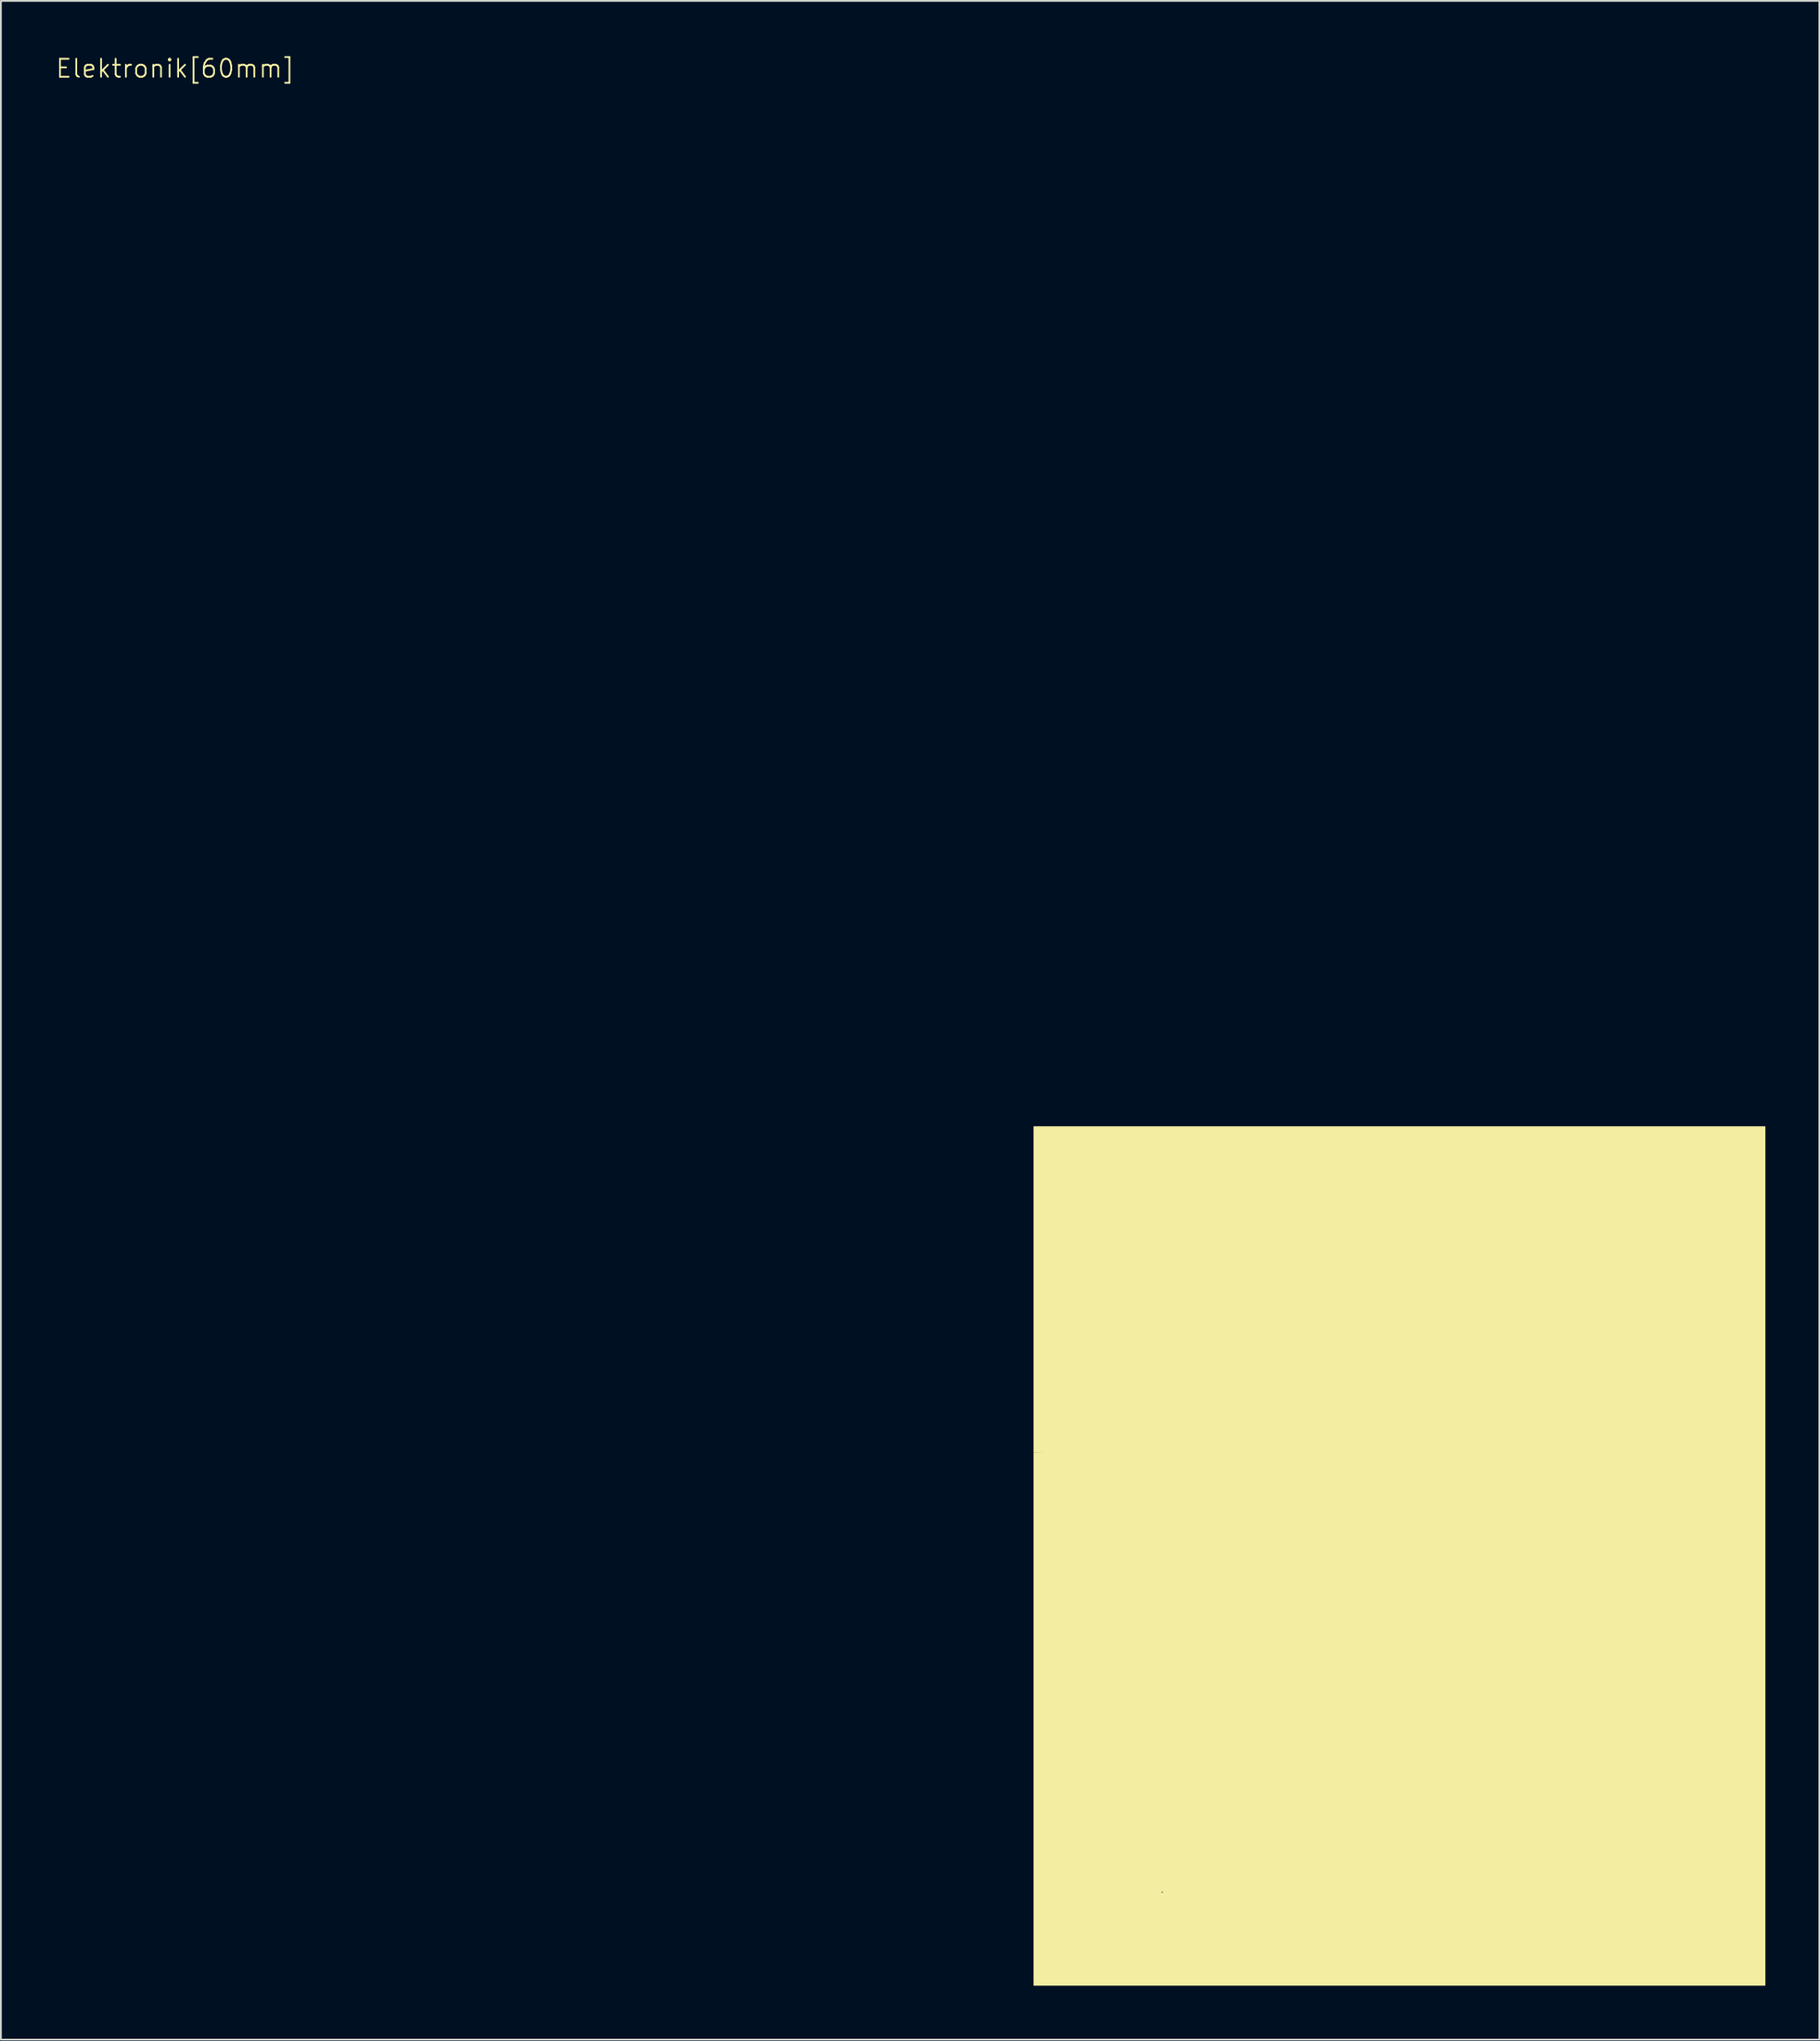
<source format=kicad_pcb>
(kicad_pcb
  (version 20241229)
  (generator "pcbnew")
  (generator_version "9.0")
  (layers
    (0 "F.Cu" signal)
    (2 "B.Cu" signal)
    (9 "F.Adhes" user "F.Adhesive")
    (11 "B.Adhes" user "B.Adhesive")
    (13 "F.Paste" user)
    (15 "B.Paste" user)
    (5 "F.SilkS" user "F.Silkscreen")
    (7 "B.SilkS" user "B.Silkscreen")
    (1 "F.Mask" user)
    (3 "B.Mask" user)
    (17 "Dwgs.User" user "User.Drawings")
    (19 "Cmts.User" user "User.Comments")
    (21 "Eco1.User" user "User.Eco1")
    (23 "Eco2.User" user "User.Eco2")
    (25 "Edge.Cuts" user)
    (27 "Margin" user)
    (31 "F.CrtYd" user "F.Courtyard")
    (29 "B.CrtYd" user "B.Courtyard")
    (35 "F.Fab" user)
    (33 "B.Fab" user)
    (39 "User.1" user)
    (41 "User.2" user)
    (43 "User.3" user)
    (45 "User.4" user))
  (footprint "Elektronik[60mm]"
    (layer "F.Cu")
    (at 77.305 84.073)
    (property "Reference" "Elektronik[60mm]" (at -70.612 -83.312 0) (unlocked yes) (layer "F.SilkS") (effects (font (size 1 1) (thickness 0.1))))
    (attr smd)
    (fp_poly (pts (xy -6.559 -22.034) (xy -6.366 -21.654) (xy -6.587 -21.654) (xy -6.772 -21.612) (xy -6.953 -21.471) (xy -7.039 -21.373) (xy -7.245 -21.15) (xy -7.547 -20.87) (xy -7.955 -20.521) (xy -8.215 -20.309) (xy -8.329 -20.305) (xy -8.459 -20.41) (xy -8.619 -20.579) (xy -8.46 -20.723) (xy -8.339 -20.868) (xy -8.192 -21.092) (xy -8.088 -21.279) (xy -7.971 -21.493) (xy -7.903 -21.58) (xy -7.874 -21.552) (xy -7.871 -21.511) (xy -7.861 -21.388) (xy -7.813 -21.385) (xy -7.713 -21.471) (xy -7.611 -21.575) (xy -7.621 -21.628) (xy -7.686 -21.656) (xy -7.743 -21.697) (xy -7.679 -21.753) (xy -7.561 -21.806) (xy -7.347 -21.924) (xy -7.11 -22.094) (xy -7.029 -22.163) (xy -6.751 -22.413)) (stroke (width 0) (type solid)) (fill yes) (layer "F.SilkS"))
    (fp_poly (pts (xy -8.922 -17.83) (xy -8.828 -17.659) (xy -8.776 -17.554) (xy -8.668 -17.334) (xy -8.629 -17.216) (xy -8.662 -17.168) (xy -8.765 -17.158) (xy -8.791 -17.158) (xy -8.959 -17.105) (xy -9.134 -16.977) (xy -9.147 -16.963) (xy -9.326 -16.809) (xy -9.565 -16.649) (xy -9.665 -16.592) (xy -10.003 -16.416) (xy -9.684 -16.412) (xy -9.459 -16.393) (xy -9.379 -16.347) (xy -9.443 -16.281) (xy -9.65 -16.2) (xy -9.722 -16.179) (xy -10.079 -16.019) (xy -10.454 -15.726) (xy -10.471 -15.709) (xy -10.678 -15.522) (xy -10.801 -15.435) (xy -10.858 -15.437) (xy -10.868 -15.48) (xy -10.895 -15.52) (xy -10.97 -15.423) (xy -11.026 -15.322) (xy -11.345 -14.856) (xy -11.765 -14.481) (xy -11.988 -14.345) (xy -12.325 -14.168) (xy -12.026 -14.161) (xy -11.726 -14.154) (xy -12.176 -13.926) (xy -12.418 -13.794) (xy -12.611 -13.672) (xy -12.707 -13.594) (xy -12.783 -13.539) (xy -12.877 -13.589) (xy -12.951 -13.662) (xy -13.088 -13.908) (xy -13.119 -14.205) (xy -13.044 -14.501) (xy -12.911 -14.7) (xy -12.735 -14.839) (xy -12.56 -14.908) (xy -12.534 -14.91) (xy -12.369 -14.944) (xy -12.137 -15.029) (xy -11.986 -15.099) (xy -11.774 -15.212) (xy -11.663 -15.308) (xy -11.62 -15.433) (xy -11.614 -15.638) (xy -11.614 -15.648) (xy -11.595 -15.901) (xy -11.524 -16.073) (xy -11.419 -16.19) (xy -11.265 -16.369) (xy -11.104 -16.608) (xy -11.048 -16.709) (xy -10.871 -17.046) (xy -10.864 -16.746) (xy -10.857 -16.446) (xy -10.672 -16.802) (xy -10.519 -17.045) (xy -10.382 -17.151) (xy -10.336 -17.158) (xy -10.155 -17.198) (xy -9.902 -17.303) (xy -9.622 -17.449) (xy -9.365 -17.61) (xy -9.198 -17.741) (xy -9.072 -17.856) (xy -8.992 -17.891)) (stroke (width 0) (type solid)) (fill yes) (layer "F.SilkS"))
    (fp_poly (pts (xy 17.853 23.297) (xy -22.86 23.297) (xy -22.86 18.034) (xy -15.735 18.095) (xy -15.697 18.132) (xy -15.66 18.095) (xy -15.697 18.057) (xy -15.735 18.095) (xy -22.86 18.095) (xy -22.86 0) (xy -22.86 -6.35) (xy -22.103 -6.343) (xy -22.103 -4.046) (xy -22.103 -1.749) (xy -21.918 -1.576) (xy -21.784 -1.399) (xy -21.656 -1.153) (xy -21.613 -1.038) (xy -21.532 -0.832) (xy -21.457 -0.7) (xy -21.423 -0.674) (xy -21.394 -0.605) (xy -21.371 -0.417) (xy -21.357 -0.143) (xy -21.354 0.075) (xy -21.348 0.389) (xy -21.33 0.639) (xy -21.305 0.792) (xy -21.285 0.824) (xy -21.235 0.891) (xy -21.152 1.07) (xy -21.051 1.333) (xy -20.974 1.555) (xy -20.868 1.862) (xy -20.771 2.11) (xy -20.699 2.269) (xy -20.668 2.31) (xy -20.638 2.392) (xy -20.616 2.585) (xy -20.605 2.851) (xy -20.605 2.915) (xy -20.6 3.218) (xy -20.578 3.413) (xy -20.529 3.542) (xy -20.443 3.647) (xy -20.42 3.669) (xy -20.285 3.846) (xy -20.158 4.092) (xy -20.114 4.207) (xy -20.033 4.413) (xy -19.958 4.545) (xy -19.924 4.571) (xy -19.895 4.64) (xy -19.872 4.828) (xy -19.858 5.101) (xy -19.855 5.314) (xy -19.849 5.63) (xy -19.833 5.885) (xy -19.81 6.044) (xy -19.792 6.082) (xy -19.743 6.159) (xy -19.662 6.348) (xy -19.561 6.617) (xy -19.486 6.837) (xy -19.379 7.141) (xy -19.282 7.383) (xy -19.207 7.533) (xy -19.175 7.568) (xy -19.136 7.635) (xy -19.111 7.807) (xy -19.106 7.943) (xy -19.1 8.066) (xy -19.075 8.202) (xy -19.026 8.366) (xy -18.945 8.577) (xy -18.823 8.851) (xy -18.656 9.206) (xy -18.434 9.659) (xy -18.151 10.228) (xy -18.14 10.249) (xy -17.886 10.761) (xy -17.65 11.245) (xy -17.442 11.679) (xy -17.272 12.044) (xy -17.149 12.319) (xy -17.083 12.484) (xy -17.079 12.496) (xy -17.009 12.688) (xy -16.943 12.8) (xy -16.921 12.812) (xy -16.881 12.879) (xy -16.859 13.043) (xy -16.858 13.093) (xy -16.826 13.312) (xy -16.741 13.594) (xy -16.645 13.824) (xy -16.431 14.317) (xy -16.284 14.738) (xy -16.214 15.059) (xy -16.175 15.211) (xy -16.095 15.436) (xy -15.995 15.68) (xy -15.896 15.893) (xy -15.819 16.024) (xy -15.81 16.034) (xy -15.695 16.183) (xy -15.546 16.422) (xy -15.39 16.707) (xy -15.289 16.915) (xy -15.183 17.127) (xy -15.095 17.27) (xy -15.052 17.308) (xy -14.987 17.37) (xy -14.947 17.46) (xy -14.845 17.653) (xy -14.686 17.834) (xy -14.517 17.956) (xy -14.423 17.982) (xy -14.289 18.034) (xy -14.121 18.161) (xy -14.076 18.206) (xy -13.861 18.43) (xy -13.861 14.537) (xy -13.861 13.674) (xy -13.861 12.947) (xy -13.859 12.345) (xy -13.855 11.853) (xy -13.85 11.458) (xy -13.842 11.149) (xy -13.831 10.91) (xy -13.816 10.73) (xy -13.797 10.596) (xy -13.774 10.494) (xy -13.745 10.41) (xy -13.711 10.334) (xy -13.697 10.304) (xy -13.594 10.11) (xy -13.514 9.988) (xy -13.487 9.965) (xy -13.411 10.031) (xy -13.32 10.201) (xy -13.23 10.433) (xy -13.157 10.682) (xy -13.116 10.908) (xy -13.112 10.979) (xy -13.1 11.179) (xy -13.069 11.299) (xy -13.051 11.314) (xy -12.998 11.379) (xy -12.922 11.55) (xy -12.855 11.745) (xy -12.744 12.059) (xy -12.611 12.38) (xy -12.541 12.529) (xy -12.47 12.681) (xy -12.421 12.829) (xy -12.39 13.005) (xy -12.372 13.239) (xy -12.364 13.563) (xy -12.363 13.971) (xy -12.358 14.377) (xy -12.345 14.707) (xy -12.326 14.94) (xy -12.301 15.053) (xy -12.293 15.06) (xy -12.242 15.127) (xy -12.16 15.307) (xy -12.059 15.571) (xy -11.977 15.809) (xy -11.853 16.168) (xy -11.755 16.4) (xy -11.673 16.524) (xy -11.603 16.559) (xy -11.528 16.597) (xy -11.446 16.726) (xy -11.347 16.964) (xy -11.228 17.308) (xy -11.099 17.676) (xy -10.997 17.913) (xy -10.913 18.034) (xy -10.86 18.057) (xy -10.752 18.13) (xy -10.654 18.34) (xy -10.643 18.376) (xy -10.554 18.622) (xy -10.427 18.921) (xy -10.331 19.123) (xy -10.217 19.377) (xy -10.138 19.602) (xy -10.115 19.727) (xy -10.058 19.9) (xy -9.917 20.086) (xy -9.74 20.238) (xy -9.574 20.305) (xy -9.565 20.305) (xy -9.427 20.337) (xy -9.216 20.42) (xy -9.082 20.483) (xy -8.799 20.611) (xy -8.468 20.739) (xy -8.298 20.797) (xy -8.031 20.897) (xy -7.894 20.991) (xy -7.867 21.062) (xy -7.807 21.167) (xy -7.619 21.269) (xy -7.474 21.321) (xy -7.164 21.435) (xy -6.842 21.572) (xy -6.727 21.627) (xy -6.374 21.804) (xy -2.997 21.804) (xy 0.379 21.804) (xy 0.808 22.02) (xy 1.059 22.16) (xy 1.272 22.303) (xy 1.379 22.395) (xy 1.516 22.493) (xy 1.678 22.547) (xy 1.815 22.548) (xy 1.873 22.485) (xy 1.873 22.484) (xy 1.937 22.419) (xy 2.097 22.344) (xy 2.154 22.324) (xy 2.386 22.244) (xy 2.493 22.181) (xy 2.493 22.107) (xy 2.404 21.998) (xy 2.39 21.983) (xy 2.222 21.804) (xy 2.425 21.804) (xy 2.654 21.849) (xy 2.941 21.967) (xy 3.231 22.131) (xy 3.469 22.312) (xy 3.516 22.358) (xy 3.698 22.553) (xy 5.033 22.553) (xy 5.482 22.549) (xy 5.861 22.539) (xy 6.149 22.523) (xy 6.324 22.502) (xy 6.369 22.484) (xy 6.433 22.422) (xy 6.598 22.341) (xy 6.725 22.293) (xy 7.022 22.177) (xy 7.333 22.034) (xy 7.418 21.991) (xy 7.755 21.81) (xy 7.436 21.807) (xy 7.211 21.788) (xy 7.131 21.742) (xy 7.195 21.676) (xy 7.402 21.596) (xy 7.474 21.575) (xy 7.753 21.448) (xy 8.076 21.221) (xy 8.412 20.924) (xy 8.729 20.588) (xy 8.997 20.241) (xy 9.15 19.987) (xy 9.271 19.765) (xy 9.373 19.61) (xy 9.43 19.556) (xy 9.487 19.491) (xy 9.558 19.327) (xy 9.587 19.237) (xy 9.676 18.991) (xy 9.803 18.692) (xy 9.899 18.49) (xy 10.013 18.238) (xy 10.091 18.017) (xy 10.115 17.895) (xy 10.165 17.733) (xy 10.288 17.549) (xy 10.316 17.518) (xy 10.489 17.376) (xy 10.686 17.316) (xy 10.855 17.308) (xy 11.2 17.25) (xy 11.445 17.082) (xy 11.584 16.81) (xy 11.614 16.559) (xy 11.673 16.218) (xy 11.844 15.975) (xy 12.118 15.838) (xy 12.363 15.809) (xy 12.627 15.78) (xy 12.827 15.674) (xy 12.902 15.608) (xy 12.99 15.519) (xy 13.049 15.431) (xy 13.085 15.314) (xy 13.104 15.138) (xy 13.111 14.873) (xy 13.112 14.488) (xy 13.112 14.484) (xy 13.117 14.127) (xy 13.132 13.836) (xy 13.153 13.639) (xy 13.18 13.562) (xy 13.181 13.562) (xy 13.246 13.497) (xy 13.321 13.338) (xy 13.341 13.281) (xy 13.421 13.049) (xy 13.484 12.942) (xy 13.558 12.942) (xy 13.667 13.031) (xy 13.682 13.045) (xy 13.861 13.213) (xy 13.861 12.089) (xy 13.86 11.656) (xy 13.855 11.347) (xy 13.842 11.136) (xy 13.817 10.997) (xy 13.777 10.904) (xy 13.718 10.831) (xy 13.676 10.792) (xy 13.491 10.618) (xy 13.414 10.821) (xy 13.358 10.99) (xy 13.337 11.089) (xy 13.289 11.19) (xy 13.233 11.258) (xy 13.14 11.382) (xy 13.018 11.586) (xy 12.94 11.731) (xy 12.69 12.13) (xy 12.408 12.395) (xy 12.194 12.506) (xy 12.046 12.594) (xy 11.988 12.688) (xy 11.964 12.725) (xy 11.879 12.753) (xy 11.715 12.774) (xy 11.457 12.789) (xy 11.085 12.799) (xy 10.584 12.805) (xy 10.513 12.806) (xy 9.038 12.819) (xy 8.434 12.223) (xy 8.177 11.977) (xy 7.948 11.781) (xy 7.712 11.61) (xy 7.432 11.441) (xy 7.075 11.249) (xy 6.781 11.1) (xy 6.435 10.922) (xy 6.153 10.769) (xy 5.956 10.652) (xy 5.861 10.583) (xy 5.864 10.569) (xy 5.933 10.553) (xy 5.942 10.491) (xy 5.887 10.352) (xy 5.808 10.192) (xy 5.739 10.05) (xy 5.69 9.916) (xy 5.656 9.763) (xy 5.635 9.565) (xy 5.624 9.294) (xy 5.62 8.922) (xy 5.619 8.521) (xy 5.619 8.144) (xy 12.363 8.144) (xy 12.377 8.247) (xy 12.446 8.298) (xy 12.607 8.315) (xy 12.737 8.317) (xy 13.112 8.317) (xy 13.112 7.98) (xy 13.105 7.778) (xy 13.087 7.658) (xy 13.077 7.642) (xy 12.995 7.672) (xy 12.824 7.749) (xy 12.702 7.807) (xy 12.482 7.934) (xy 12.38 8.054) (xy 12.363 8.144) (xy 5.619 8.144) (xy 5.619 7.221) (xy 5.409 7.02) (xy 5.324 6.942) (xy 5.238 6.887) (xy 5.127 6.851) (xy 4.962 6.831) (xy 4.716 6.821) (xy 4.364 6.818) (xy 4.099 6.818) (xy 3 6.818) (xy 2.811 7.19) (xy 2.731 7.361) (xy 2.677 7.523) (xy 2.645 7.711) (xy 2.628 7.962) (xy 2.623 8.312) (xy 2.622 8.5) (xy 2.622 9.438) (xy 2.25 9.627) (xy 2.096 9.7) (xy 1.95 9.752) (xy 1.783 9.785) (xy 1.564 9.804) (xy 1.262 9.813) (xy 0.845 9.815) (xy 0.758 9.815) (xy 0.365 9.811) (xy 0.029 9.8) (xy -0.224 9.783) (xy -0.366 9.763) (xy -0.387 9.752) (xy -0.465 9.703) (xy -0.654 9.622) (xy -0.923 9.521) (xy -1.143 9.446) (xy -1.446 9.339) (xy -1.688 9.242) (xy -1.839 9.167) (xy -1.873 9.135) (xy -1.806 9.092) (xy -1.638 9.066) (xy -1.555 9.063) (xy -1.236 9.059) (xy -1.573 8.879) (xy -1.863 8.739) (xy -2.178 8.608) (xy -2.267 8.577) (xy -2.47 8.494) (xy -2.599 8.418) (xy -2.622 8.386) (xy -2.69 8.346) (xy -2.862 8.321) (xy -2.997 8.317) (xy -3.247 8.334) (xy -3.355 8.381) (xy -3.318 8.449) (xy -3.135 8.53) (xy -3.072 8.55) (xy -2.887 8.617) (xy -2.781 8.676) (xy -2.772 8.691) (xy -2.837 8.742) (xy -2.999 8.809) (xy -3.072 8.832) (xy -3.258 8.904) (xy -3.363 8.974) (xy -3.372 8.994) (xy -3.437 9.058) (xy -3.607 9.078) (xy -3.848 9.059) (xy -4.123 9.004) (xy -4.396 8.919) (xy -4.554 8.85) (xy -4.843 8.715) (xy -5.135 8.596) (xy -5.301 8.538) (xy -5.493 8.468) (xy -5.606 8.402) (xy -5.619 8.38) (xy -5.691 8.364) (xy -5.895 8.35) (xy -6.211 8.337) (xy -6.623 8.327) (xy -7.111 8.321) (xy -7.657 8.317) (xy -7.867 8.317) (xy -8.43 8.315) (xy -8.942 8.309) (xy -9.383 8.301) (xy -9.737 8.289) (xy -9.983 8.276) (xy -10.105 8.261) (xy -10.115 8.256) (xy -10.181 8.203) (xy -10.351 8.127) (xy -10.546 8.059) (xy -10.86 7.948) (xy -11.182 7.816) (xy -11.33 7.746) (xy -11.565 7.643) (xy -11.771 7.578) (xy -11.85 7.568) (xy -12.062 7.501) (xy -12.245 7.336) (xy -12.352 7.119) (xy -12.363 7.03) (xy -12.342 6.878) (xy -12.294 6.818) (xy -12.234 6.753) (xy -12.153 6.587) (xy -12.101 6.444) (xy -12.014 6.218) (xy -11.93 6.105) (xy -11.821 6.07) (xy -11.795 6.069) (xy -11.683 6.054) (xy -11.63 5.983) (xy -11.614 5.816) (xy -11.614 5.73) (xy -11.634 5.521) (xy -11.704 5.277) (xy -11.834 4.965) (xy -11.988 4.645) (xy -12.209 4.205) (xy -3.362 4.205) (xy -3.295 4.667) (xy -3.191 4.929) (xy -3.054 5.153) (xy -2.877 5.385) (xy -2.684 5.601) (xy -2.498 5.777) (xy -2.344 5.889) (xy -2.245 5.914) (xy -2.225 5.893) (xy -2.137 5.817) (xy -1.944 5.72) (xy -1.686 5.621) (xy -1.653 5.611) (xy -1.398 5.521) (xy -1.21 5.441) (xy -1.126 5.385) (xy -1.124 5.38) (xy -1.056 5.346) (xy -0.884 5.324) (xy -0.749 5.32) (xy -0.536 5.307) (xy -0.4 5.276) (xy -0.375 5.251) (xy -0.308 5.2) (xy -0.128 5.118) (xy 0.134 5.017) (xy 0.356 4.94) (xy 0.663 4.833) (xy 0.911 4.737) (xy 1.07 4.664) (xy 1.111 4.634) (xy 1.194 4.597) (xy 1.377 4.574) (xy 1.505 4.571) (xy 1.716 4.558) (xy 1.85 4.525) (xy 1.873 4.5) (xy 1.94 4.45) (xy 2.12 4.368) (xy 2.384 4.266) (xy 2.622 4.185) (xy 2.998 4.053) (xy 3.239 3.947) (xy 3.356 3.861) (xy 3.372 3.821) (xy 3.427 3.744) (xy 3.599 3.65) (xy 3.9 3.533) (xy 4.121 3.458) (xy 4.429 3.35) (xy 4.676 3.253) (xy 4.831 3.177) (xy 4.87 3.142) (xy 4.934 3.089) (xy 5.058 3.072) (xy 5.206 3.109) (xy 5.245 3.214) (xy 5.313 3.347) (xy 5.432 3.402) (xy 5.547 3.448) (xy 5.602 3.54) (xy 5.619 3.722) (xy 5.619 3.807) (xy 5.629 4.006) (xy 5.673 4.157) (xy 5.776 4.306) (xy 5.963 4.502) (xy 5.994 4.533) (xy 6.192 4.72) (xy 6.309 4.807) (xy 6.362 4.803) (xy 6.372 4.755) (xy 6.399 4.71) (xy 6.476 4.806) (xy 6.541 4.924) (xy 6.648 5.081) (xy 6.84 5.319) (xy 7.097 5.613) (xy 7.397 5.94) (xy 7.656 6.209) (xy 8.013 6.569) (xy 8.29 6.837) (xy 8.506 7.027) (xy 8.681 7.158) (xy 8.837 7.245) (xy 8.985 7.303) (xy 9.197 7.385) (xy 9.335 7.462) (xy 9.366 7.499) (xy 9.434 7.532) (xy 9.616 7.557) (xy 9.872 7.567) (xy 9.905 7.568) (xy 10.198 7.562) (xy 10.388 7.535) (xy 10.523 7.476) (xy 10.65 7.37) (xy 10.654 7.366) (xy 10.764 7.248) (xy 10.827 7.125) (xy 10.856 6.953) (xy 10.864 6.686) (xy 10.864 6.617) (xy 10.856 6.352) (xy 10.833 6.158) (xy 10.801 6.071) (xy 10.795 6.069) (xy 10.734 6.004) (xy 10.652 5.839) (xy 10.605 5.713) (xy 10.488 5.416) (xy 10.346 5.105) (xy 10.302 5.02) (xy 10.122 4.683) (xy 10.115 4.945) (xy 10.108 5.207) (xy 9.932 4.87) (xy 9.785 4.629) (xy 9.621 4.415) (xy 9.56 4.351) (xy 9.427 4.186) (xy 9.363 4.026) (xy 9.362 4.014) (xy 9.332 3.894) (xy 9.254 3.699) (xy 9.144 3.458) (xy 9.017 3.2) (xy 8.887 2.953) (xy 8.768 2.746) (xy 8.676 2.607) (xy 8.626 2.564) (xy 8.62 2.58) (xy 8.607 2.663) (xy 8.552 2.653) (xy 8.428 2.545) (xy 8.406 2.524) (xy 8.21 2.381) (xy 7.979 2.326) (xy 7.867 2.323) (xy 7.581 2.278) (xy 7.353 2.16) (xy 7.21 1.993) (xy 7.182 1.8) (xy 7.196 1.752) (xy 7.226 1.61) (xy 7.191 1.573) (xy 7.136 1.509) (xy 7.118 1.386) (xy 7.158 1.235) (xy 7.232 1.199) (xy 7.345 1.137) (xy 7.412 1.03) (xy 7.512 0.862) (xy 7.665 0.686) (xy 7.672 0.68) (xy 7.795 0.537) (xy 7.853 0.367) (xy 7.867 0.113) (xy 7.853 -0.141) (xy 7.794 -0.312) (xy 7.667 -0.463) (xy 7.657 -0.473) (xy 7.529 -0.58) (xy 7.395 -0.641) (xy 7.207 -0.668) (xy 6.918 -0.674) (xy 6.908 -0.674) (xy 6.369 -0.674) (xy 6.369 0.075) (xy 6.369 0.824) (xy 6.157 0.824) (xy 5.927 0.889) (xy 5.772 1.009) (xy 5.595 1.144) (xy 5.349 1.271) (xy 5.234 1.315) (xy 5.027 1.396) (xy 4.896 1.471) (xy 4.87 1.505) (xy 4.803 1.542) (xy 4.629 1.565) (xy 4.477 1.569) (xy 4.083 1.564) (xy 4.402 1.404) (xy 4.588 1.303) (xy 4.703 1.225) (xy 4.72 1.203) (xy 4.658 1.152) (xy 4.492 1.05) (xy 4.25 0.914) (xy 4.083 0.824) (xy 3.811 0.676) (xy 3.596 0.551) (xy 3.469 0.468) (xy 3.447 0.446) (xy 3.513 0.369) (xy 3.685 0.279) (xy 3.921 0.191) (xy 4.179 0.119) (xy 4.418 0.079) (xy 4.5 0.075) (xy 4.963 0.003) (xy 5.247 -0.114) (xy 5.619 -0.302) (xy 5.619 -0.69) (xy 5.599 -0.97) (xy 5.527 -1.16) (xy 5.457 -1.25) (xy 5.388 -1.316) (xy 5.31 -1.362) (xy 5.196 -1.393) (xy 5.022 -1.411) (xy 4.763 -1.42) (xy 4.394 -1.423) (xy 4.119 -1.424) (xy 2.944 -1.424) (xy 2.558 -1.016) (xy 2.371 -0.803) (xy 2.234 -0.618) (xy 2.174 -0.498) (xy 2.173 -0.489) (xy 2.112 -0.361) (xy 2.056 -0.325) (xy 1.987 -0.278) (xy 2.019 -0.199) (xy 2.086 -0.122) (xy 2.201 0.035) (xy 2.34 0.266) (xy 2.428 0.431) (xy 2.625 0.824) (xy 2.452 0.824) (xy 2.29 0.884) (xy 2.066 1.052) (xy 1.911 1.199) (xy 1.542 1.573) (xy -0.33 1.573) (xy -2.202 1.573) (xy -2.412 1.775) (xy -2.544 1.927) (xy -2.606 2.095) (xy -2.622 2.343) (xy -2.622 2.361) (xy -2.637 2.617) (xy -2.696 2.787) (xy -2.817 2.928) (xy -3.117 3.302) (xy -3.301 3.739) (xy -3.362 4.205) (xy -12.209 4.205) (xy -12.363 3.899) (xy -12.363 2.91) (xy -12.365 2.503) (xy -12.373 2.217) (xy -12.391 2.025) (xy -12.424 1.898) (xy -12.474 1.807) (xy -12.526 1.747) (xy -12.729 1.61) (xy -12.9 1.573) (xy -13.112 1.573) (xy -13.112 2.697) (xy -13.116 3.088) (xy -13.128 3.42) (xy -13.145 3.667) (xy -13.167 3.803) (xy -13.179 3.821) (xy -13.245 3.885) (xy -13.292 4.005) (xy -13.356 4.222) (xy -13.415 4.391) (xy -13.491 4.592) (xy -13.676 4.418) (xy -13.861 4.245) (xy -13.861 5.159) (xy -13.864 5.556) (xy -13.876 5.841) (xy -13.902 6.05) (xy -13.949 6.221) (xy -14.021 6.391) (xy -14.057 6.465) (xy -14.225 6.775) (xy -14.383 6.989) (xy -14.576 7.153) (xy -14.848 7.31) (xy -14.927 7.351) (xy -15.32 7.51) (xy -15.686 7.567) (xy -15.732 7.568) (xy -15.947 7.557) (xy -16.083 7.529) (xy -16.109 7.506) (xy -16.174 7.452) (xy -16.343 7.377) (xy -16.508 7.319) (xy -16.806 7.201) (xy -17.033 7.039) (xy -17.227 6.8) (xy -17.408 6.481) (xy -17.601 6.106) (xy -17.608 6.406) (xy -17.614 6.706) (xy -17.795 6.369) (xy -17.935 6.079) (xy -18.065 5.764) (xy -18.097 5.676) (xy -18.18 5.472) (xy -18.256 5.343) (xy -18.288 5.32) (xy -18.327 5.252) (xy -18.352 5.08) (xy -18.357 4.945) (xy -18.369 4.731) (xy -18.401 4.596) (xy -18.426 4.571) (xy -18.476 4.504) (xy -18.559 4.324) (xy -18.66 4.061) (xy -18.737 3.84) (xy -18.843 3.533) (xy -18.859 3.492) (xy -16.061 3.492) (xy -15.985 3.605) (xy -15.959 3.634) (xy -15.821 3.75) (xy -15.653 3.806) (xy -15.398 3.821) (xy -15.383 3.821) (xy -15.143 3.813) (xy -15.006 3.776) (xy -14.927 3.693) (xy -14.897 3.634) (xy -14.796 3.495) (xy -14.698 3.447) (xy -14.646 3.419) (xy -14.701 3.325) (xy -14.76 3.259) (xy -14.892 3.147) (xy -15.05 3.09) (xy -15.289 3.072) (xy -15.361 3.072) (xy -15.608 3.079) (xy -15.751 3.112) (xy -15.832 3.185) (xy -15.871 3.259) (xy -15.963 3.397) (xy -16.046 3.447) (xy -16.061 3.492) (xy -18.859 3.492) (xy -18.94 3.284) (xy -19.012 3.126) (xy -19.042 3.084) (xy -19.064 3.006) (xy -19.081 2.806) (xy -19.094 2.513) (xy -19.102 2.153) (xy -19.105 1.755) (xy -19.104 1.345) (xy -19.099 0.951) (xy -19.089 0.599) (xy -19.085 0.505) (xy -18.987 0.505) (xy -18.935 0.582) (xy -18.917 0.601) (xy -18.78 0.7) (xy -18.685 0.672) (xy -18.657 0.558) (xy -18.604 0.468) (xy -18.491 0.452) (xy -18.386 0.503) (xy -18.352 0.581) (xy -18.321 0.599) (xy -18.247 0.502) (xy -18.188 0.393) (xy -18.069 0.191) (xy -17.954 0.096) (xy -17.819 0.075) (xy -17.61 0.075) (xy -17.773 -0.262) (xy -17.885 -0.466) (xy -17.966 -0.53) (xy -18.038 -0.453) (xy -18.121 -0.231) (xy -18.124 -0.221) (xy -18.201 -0.051) (xy -18.333 0.082) (xy -18.557 0.215) (xy -18.629 0.25) (xy -18.855 0.365) (xy -18.967 0.441) (xy -18.987 0.505) (xy -19.085 0.505) (xy -19.076 0.318) (xy -19.058 0.134) (xy -19.037 0.075) (xy -18.999 0.034) (xy -18.634 0.034) (xy -18.614 0.071) (xy -18.518 0.075) (xy -18.386 0.028) (xy -18.357 -0.075) (xy -18.368 -0.197) (xy -18.383 -0.225) (xy -18.446 -0.176) (xy -18.544 -0.075) (xy -18.634 0.034) (xy -18.999 0.034) (xy -18.977 0.01) (xy -18.897 -0.156) (xy -18.848 -0.287) (xy -18.635 -0.696) (xy -18.29 -1.042) (xy -17.929 -1.266) (xy -17.693 -1.359) (xy -17.419 -1.408) (xy -17.053 -1.424) (xy -17.028 -1.424) (xy -16.443 -1.424) (xy -15.937 -0.865) (xy -15.679 -0.59) (xy -15.477 -0.407) (xy -15.293 -0.286) (xy -15.091 -0.2) (xy -15.021 -0.177) (xy -14.799 -0.097) (xy -14.65 -0.025) (xy -14.611 0.014) (xy -14.677 0.052) (xy -14.845 0.075) (xy -14.929 0.078) (xy -15.247 0.082) (xy -14.91 0.262) (xy -14.62 0.402) (xy -14.306 0.533) (xy -14.217 0.564) (xy -14.013 0.647) (xy -13.885 0.723) (xy -13.861 0.755) (xy -13.794 0.795) (xy -13.622 0.82) (xy -13.487 0.824) (xy -13.112 0.824) (xy -13.112 0.729) (xy -12.935 0.729) (xy -12.922 0.804) (xy -12.86 0.824) (xy -12.854 0.824) (xy -12.754 0.888) (xy -12.632 1.052) (xy -12.568 1.17) (xy -12.4 1.517) (xy -12.378 1.007) (xy -12.371 0.726) (xy -12.39 0.547) (xy -12.445 0.423) (xy -12.543 0.31) (xy -12.731 0.122) (xy -12.799 0.305) (xy -12.895 0.572) (xy -12.935 0.729) (xy -13.112 0.729) (xy -13.112 -1.014) (xy -13.112 -1.587) (xy -13.109 -2.032) (xy -13.102 -2.369) (xy -13.09 -2.619) (xy -13.071 -2.802) (xy -13.043 -2.941) (xy -13.004 -3.056) (xy -12.953 -3.168) (xy -12.934 -3.206) (xy -12.806 -3.489) (xy -12.678 -3.819) (xy -12.62 -3.99) (xy -12.54 -4.218) (xy -12.467 -4.374) (xy -12.424 -4.421) (xy -12.398 -4.49) (xy -12.378 -4.678) (xy -12.365 -4.952) (xy -12.363 -5.17) (xy -12.357 -5.484) (xy -12.354 -5.527) (xy -6.337 -5.527) (xy -6.306 -5.456) (xy -6.219 -5.357) (xy -6.043 -5.17) (xy -4.144 -5.17) (xy -2.245 -5.17) (xy -2.159 -4.983) (xy -2.055 -4.844) (xy -1.949 -4.795) (xy -1.815 -4.744) (xy -1.659 -4.619) (xy -1.648 -4.608) (xy -1.472 -4.421) (xy -1.673 -4.421) (xy -1.821 -4.395) (xy -1.871 -4.287) (xy -1.873 -4.219) (xy -1.822 -4.019) (xy -1.712 -3.847) (xy -1.551 -3.675) (xy -1.313 -3.885) (xy -1.086 -4.038) (xy -0.809 -4.165) (xy -0.724 -4.192) (xy -0.479 -4.286) (xy -0.378 -4.39) (xy -0.375 -4.414) (xy -0.33 -4.49) (xy -0.185 -4.576) (xy 0.077 -4.682) (xy 0.375 -4.784) (xy 0.747 -4.915) (xy 0.996 -5.023) (xy 1.116 -5.104) (xy 1.102 -5.154) (xy 0.963 -5.17) (xy 0.898 -5.185) (xy 0.901 -5.242) (xy 0.985 -5.362) (xy 1.07 -5.46) (xy 7.124 -5.46) (xy 7.132 -5.258) (xy 7.206 -4.994) (xy 7.351 -4.649) (xy 7.571 -4.202) (xy 7.648 -4.052) (xy 7.918 -3.554) (xy 8.154 -3.166) (xy 8.375 -2.859) (xy 8.6 -2.605) (xy 8.601 -2.604) (xy 8.88 -2.348) (xy 9.105 -2.201) (xy 9.266 -2.167) (xy 9.353 -2.247) (xy 9.366 -2.34) (xy 9.378 -2.417) (xy 9.428 -2.418) (xy 9.537 -2.331) (xy 9.722 -2.151) (xy 10.078 -1.795) (xy 10.101 -2.19) (xy 10.151 -2.515) (xy 10.264 -2.732) (xy 10.283 -2.754) (xy 10.422 -2.85) (xy 10.597 -2.911) (xy 10.759 -2.927) (xy 10.855 -2.889) (xy 10.864 -2.859) (xy 10.929 -2.802) (xy 11.093 -2.73) (xy 11.183 -2.701) (xy 11.429 -2.612) (xy 11.728 -2.485) (xy 11.932 -2.388) (xy 12.363 -2.171) (xy 12.363 -2.921) (xy 12.356 -3.236) (xy 12.339 -3.486) (xy 12.314 -3.639) (xy 12.294 -3.671) (xy 12.234 -3.736) (xy 12.153 -3.903) (xy 12.101 -4.046) (xy 11.976 -4.421) (xy 11.621 -4.421) (xy 11.368 -4.44) (xy 11.196 -4.514) (xy 11.083 -4.615) (xy 10.904 -4.769) (xy 10.665 -4.93) (xy 10.565 -4.986) (xy 10.227 -5.163) (xy 10.527 -5.17) (xy 10.827 -5.176) (xy 10.565 -5.32) (xy 10.349 -5.422) (xy 10.062 -5.539) (xy 9.834 -5.622) (xy 9.596 -5.713) (xy 9.428 -5.795) (xy 9.366 -5.85) (xy 9.295 -5.877) (xy 9.103 -5.898) (xy 8.815 -5.913) (xy 8.46 -5.919) (xy 8.415 -5.919) (xy 8.017 -5.917) (xy 7.74 -5.908) (xy 7.554 -5.889) (xy 7.431 -5.854) (xy 7.341 -5.799) (xy 7.291 -5.756) (xy 7.179 -5.62) (xy 7.124 -5.46) (xy 1.07 -5.46) (xy 1.16 -5.564) (xy 1.228 -5.638) (xy 1.492 -5.93) (xy 1.672 -6.138) (xy 1.784 -6.289) (xy 1.844 -6.41) (xy 1.868 -6.526) (xy 1.873 -6.666) (xy 1.873 -6.705) (xy 1.866 -6.9) (xy 1.822 -7.023) (xy 1.708 -7.118) (xy 1.501 -7.229) (xy 1.129 -7.418) (xy -1.122 -7.418) (xy -3.374 -7.418) (xy -4.481 -6.863) (xy -4.975 -6.608) (xy -5.349 -6.396) (xy -5.623 -6.215) (xy -5.816 -6.053) (xy -5.867 -6.001) (xy -6.02 -5.818) (xy -6.121 -5.674) (xy -6.144 -5.619) (xy -6.205 -5.555) (xy -6.269 -5.545) (xy -6.337 -5.527) (xy -12.354 -5.527) (xy -12.341 -5.734) (xy -12.318 -5.887) (xy -12.3 -5.919) (xy -12.241 -5.984) (xy -12.171 -6.144) (xy -12.151 -6.204) (xy -12.088 -6.37) (xy -11.964 -6.652) (xy -11.788 -7.033) (xy -11.569 -7.496) (xy -11.314 -8.024) (xy -11.063 -8.538) (xy -6.208 -8.538) (xy -6.2 -8.505) (xy -6.101 -8.427) (xy -5.952 -8.329) (xy -5.794 -8.237) (xy -5.666 -8.178) (xy -5.636 -8.17) (xy -5.564 -8.2) (xy -5.396 -8.28) (xy -5.187 -8.384) (xy -4.935 -8.524) (xy -4.722 -8.666) (xy -4.615 -8.758) (xy -4.57 -8.803) (xy -4.514 -8.838) (xy -4.43 -8.866) (xy -4.301 -8.886) (xy -4.11 -8.899) (xy -3.841 -8.908) (xy -3.478 -8.913) (xy -3.002 -8.916) (xy -2.398 -8.916) (xy -2.21 -8.916) (xy -1.569 -8.916) (xy -1.06 -8.914) (xy -0.668 -8.91) (xy -0.376 -8.903) (xy -0.166 -8.89) (xy -0.022 -8.872) (xy 0.072 -8.847) (xy 0.134 -8.814) (xy 0.18 -8.771) (xy 0.194 -8.756) (xy 0.347 -8.627) (xy 0.551 -8.508) (xy 0.767 -8.414) (xy 0.959 -8.359) (xy 1.089 -8.358) (xy 1.124 -8.401) (xy 1.186 -8.554) (xy 1.338 -8.718) (xy 1.532 -8.852) (xy 1.718 -8.915) (xy 1.737 -8.916) (xy 1.889 -8.937) (xy 1.948 -8.985) (xy 2.013 -9.048) (xy 2.175 -9.126) (xy 2.267 -9.159) (xy 2.454 -9.229) (xy 2.551 -9.308) (xy 2.591 -9.445) (xy 2.608 -9.65) (xy 2.63 -10.035) (xy 1.896 -10.404) (xy 1.574 -10.576) (xy 1.286 -10.746) (xy 1.07 -10.892) (xy 0.98 -10.969) (xy 0.891 -11.056) (xy 0.796 -11.112) (xy 0.663 -11.144) (xy 0.458 -11.16) (xy 0.148 -11.164) (xy 0 -11.164) (xy -0.358 -11.162) (xy -0.599 -11.151) (xy -0.755 -11.126) (xy -0.861 -11.079) (xy -0.947 -11.005) (xy -0.972 -10.979) (xy -1.148 -10.844) (xy -1.395 -10.717) (xy -1.509 -10.673) (xy -1.716 -10.592) (xy -1.848 -10.517) (xy -1.873 -10.484) (xy -1.943 -10.456) (xy -2.132 -10.433) (xy -2.409 -10.419) (xy -2.672 -10.415) (xy -3.471 -10.415) (xy -4.489 -9.884) (xy -5.037 -9.586) (xy -5.455 -9.33) (xy -5.753 -9.106) (xy -5.945 -8.907) (xy -6.039 -8.724) (xy -6.043 -8.711) (xy -6.122 -8.578) (xy -6.208 -8.538) (xy -11.063 -8.538) (xy -11.033 -8.599) (xy -10.733 -9.206) (xy -10.423 -9.825) (xy -10.111 -10.442) (xy -9.806 -11.038) (xy -9.516 -11.596) (xy -9.448 -11.726) (xy -9.187 -12.219) (xy -8.987 -12.591) (xy -8.84 -12.855) (xy -8.738 -13.023) (xy -8.672 -13.107) (xy -8.635 -13.119) (xy -8.618 -13.072) (xy -8.614 -13) (xy -8.61 -12.7) (xy -8.456 -13) (xy -8.324 -13.207) (xy -8.126 -13.462) (xy -7.905 -13.711) (xy -7.904 -13.712) (xy -7.637 -14.025) (xy -7.405 -14.364) (xy -7.229 -14.69) (xy -7.131 -14.969) (xy -7.118 -15.08) (xy -7.087 -15.197) (xy -6.973 -15.307) (xy -6.751 -15.434) (xy -6.704 -15.457) (xy -6.458 -15.566) (xy -6.247 -15.639) (xy -6.141 -15.66) (xy -5.994 -15.725) (xy -5.906 -15.847) (xy -5.804 -15.988) (xy -5.697 -16.03) (xy -5.626 -15.966) (xy -5.616 -15.903) (xy -5.586 -15.881) (xy -5.511 -15.976) (xy -5.458 -16.072) (xy -5.157 -16.52) (xy -4.767 -16.859) (xy -4.571 -16.974) (xy -4.233 -17.151) (xy -4.496 -17.158) (xy -4.758 -17.165) (xy -4.421 -17.345) (xy -4.131 -17.485) (xy -3.816 -17.616) (xy -3.728 -17.648) (xy -3.524 -17.73) (xy -3.395 -17.806) (xy -3.372 -17.838) (xy -3.304 -17.878) (xy -3.132 -17.903) (xy -2.997 -17.907) (xy -2.783 -17.918) (xy -2.648 -17.947) (xy -2.622 -17.969) (xy -2.557 -18.023) (xy -2.389 -18.098) (xy -2.224 -18.156) (xy -1.963 -18.262) (xy -1.736 -18.395) (xy -1.649 -18.469) (xy -1.559 -18.554) (xy -1.46 -18.609) (xy -1.318 -18.64) (xy -1.098 -18.653) (xy -0.768 -18.657) (xy -0.71 -18.657) (xy -0.358 -18.654) (xy -0.122 -18.64) (xy 0.029 -18.611) (xy 0.128 -18.561) (xy 0.194 -18.498) (xy 0.316 -18.405) (xy 0.544 -18.266) (xy 0.845 -18.097) (xy 1.19 -17.915) (xy 1.548 -17.736) (xy 1.886 -17.576) (xy 2.174 -17.45) (xy 2.341 -17.388) (xy 2.52 -17.314) (xy 2.617 -17.243) (xy 2.622 -17.227) (xy 2.69 -17.188) (xy 2.862 -17.163) (xy 2.997 -17.158) (xy 3.211 -17.147) (xy 3.346 -17.119) (xy 3.372 -17.097) (xy 3.437 -17.044) (xy 3.607 -16.968) (xy 3.803 -16.901) (xy 4.116 -16.79) (xy 4.438 -16.657) (xy 4.587 -16.587) (xy 4.815 -16.485) (xy 5.008 -16.42) (xy 5.079 -16.409) (xy 5.222 -16.357) (xy 5.385 -16.23) (xy 5.4 -16.214) (xy 5.58 -16.06) (xy 5.819 -15.899) (xy 5.919 -15.843) (xy 6.256 -15.667) (xy 5.957 -15.662) (xy 5.853 -15.657) (xy 5.807 -15.638) (xy 5.832 -15.596) (xy 5.942 -15.521) (xy 6.149 -15.404) (xy 6.467 -15.235) (xy 6.743 -15.09) (xy 7.103 -14.901) (xy 7.388 -14.744) (xy 7.624 -14.601) (xy 7.837 -14.451) (xy 8.052 -14.275) (xy 8.295 -14.052) (xy 8.593 -13.763) (xy 8.971 -13.389) (xy 8.972 -13.387) (xy 9.348 -13.013) (xy 9.631 -12.728) (xy 9.834 -12.513) (xy 9.971 -12.353) (xy 10.054 -12.23) (xy 10.097 -12.127) (xy 10.113 -12.027) (xy 10.115 -11.912) (xy 10.115 -11.909) (xy 10.136 -11.659) (xy 10.22 -11.481) (xy 10.325 -11.365) (xy 10.51 -11.231) (xy 10.693 -11.162) (xy 10.719 -11.16) (xy 10.86 -11.125) (xy 11.096 -11.034) (xy 11.389 -10.901) (xy 11.614 -10.789) (xy 11.926 -10.627) (xy 12.118 -10.522) (xy 12.205 -10.46) (xy 12.198 -10.429) (xy 12.113 -10.418) (xy 12.026 -10.415) (xy 11.726 -10.408) (xy 12.026 -10.253) (xy 12.474 -9.952) (xy 12.813 -9.562) (xy 12.928 -9.366) (xy 13.105 -9.029) (xy 13.112 -9.328) (xy 13.118 -9.628) (xy 13.262 -9.366) (xy 13.364 -9.151) (xy 13.482 -8.863) (xy 13.565 -8.635) (xy 13.655 -8.397) (xy 13.737 -8.229) (xy 13.793 -8.167) (xy 13.817 -8.096) (xy 13.838 -7.9) (xy 13.853 -7.604) (xy 13.861 -7.232) (xy 13.861 -7.081) (xy 13.859 -6.696) (xy 13.853 -6.372) (xy 13.843 -6.133) (xy 13.831 -6.007) (xy 13.826 -5.994) (xy 13.744 -6.024) (xy 13.573 -6.101) (xy 13.451 -6.159) (xy 13.232 -6.286) (xy 13.129 -6.405) (xy 13.112 -6.496) (xy 13.087 -6.63) (xy 13.043 -6.668) (xy 12.982 -6.733) (xy 12.902 -6.899) (xy 12.854 -7.03) (xy 12.73 -7.3) (xy 12.63 -7.446) (xy 12.812 -7.446) (xy 12.875 -7.423) (xy 12.962 -7.418) (xy 13.084 -7.446) (xy 13.112 -7.486) (xy 13.052 -7.524) (xy 12.962 -7.514) (xy 12.841 -7.471) (xy 12.812 -7.446) (xy 12.63 -7.446) (xy 12.559 -7.549) (xy 12.492 -7.622) (xy 12.311 -7.76) (xy 12.027 -7.936) (xy 11.678 -8.131) (xy 11.3 -8.325) (xy 10.929 -8.5) (xy 10.604 -8.636) (xy 10.433 -8.695) (xy 10.241 -8.765) (xy 10.128 -8.832) (xy 10.115 -8.853) (xy 10.044 -8.874) (xy 9.847 -8.891) (xy 9.549 -8.905) (xy 9.173 -8.914) (xy 8.817 -8.916) (xy 8.346 -8.915) (xy 8.002 -8.911) (xy 7.76 -8.9) (xy 7.598 -8.881) (xy 7.493 -8.85) (xy 7.42 -8.804) (xy 7.362 -8.748) (xy 7.246 -8.551) (xy 7.19 -8.259) (xy 7.184 -8.176) (xy 7.163 -7.773) (xy 7.497 -7.599) (xy 7.899 -7.455) (xy 8.253 -7.421) (xy 8.558 -7.395) (xy 8.868 -7.311) (xy 9.227 -7.162) (xy 9.599 -6.993) (xy 9.856 -6.889) (xy 10.016 -6.845) (xy 10.096 -6.855) (xy 10.115 -6.903) (xy 10.067 -7.014) (xy 9.947 -7.171) (xy 9.914 -7.208) (xy 9.712 -7.418) (xy 9.915 -7.418) (xy 10.053 -7.387) (xy 10.276 -7.305) (xy 10.553 -7.186) (xy 10.851 -7.048) (xy 11.138 -6.904) (xy 11.382 -6.771) (xy 11.551 -6.664) (xy 11.614 -6.599) (xy 11.68 -6.549) (xy 11.86 -6.467) (xy 12.123 -6.365) (xy 12.344 -6.289) (xy 12.651 -6.182) (xy 12.9 -6.086) (xy 13.059 -6.013) (xy 13.1 -5.983) (xy 13.182 -5.946) (xy 13.365 -5.923) (xy 13.493 -5.919) (xy 13.861 -5.919) (xy 13.874 -4.589) (xy 13.876 -4.222) (xy 13.877 -3.729) (xy 13.877 -3.134) (xy 13.876 -2.462) (xy 13.874 -1.737) (xy 13.87 -0.983) (xy 13.866 -0.224) (xy 13.864 0.078) (xy 13.841 3.415) (xy 14.03 3.634) (xy 14.218 3.852) (xy 14.415 3.462) (xy 14.532 3.253) (xy 14.63 3.111) (xy 14.677 3.072) (xy 14.733 3.007) (xy 14.803 2.841) (xy 14.834 2.741) (xy 14.943 2.483) (xy 15.099 2.25) (xy 15.143 2.203) (xy 15.253 2.086) (xy 15.318 1.97) (xy 15.349 1.811) (xy 15.359 1.564) (xy 15.36 1.41) (xy 15.367 1.135) (xy 15.386 0.929) (xy 15.414 0.829) (xy 15.421 0.824) (xy 15.474 0.759) (xy 15.55 0.588) (xy 15.617 0.393) (xy 15.726 0.084) (xy 15.853 -0.229) (xy 15.921 -0.375) (xy 15.98 -0.506) (xy 16.025 -0.645) (xy 16.058 -0.817) (xy 16.083 -1.046) (xy 16.102 -1.357) (xy 16.117 -1.775) (xy 16.129 -2.164) (xy 16.144 -2.615) (xy 16.165 -3.015) (xy 16.189 -3.338) (xy 16.213 -3.561) (xy 16.238 -3.66) (xy 16.24 -3.662) (xy 16.302 -3.755) (xy 16.385 -3.943) (xy 16.438 -4.093) (xy 16.538 -4.339) (xy 16.653 -4.54) (xy 16.712 -4.611) (xy 16.811 -4.787) (xy 16.863 -5.063) (xy 16.867 -5.397) (xy 16.825 -5.747) (xy 16.737 -6.071) (xy 16.68 -6.203) (xy 16.552 -6.486) (xy 16.424 -6.816) (xy 16.367 -6.987) (xy 16.286 -7.215) (xy 16.213 -7.371) (xy 16.17 -7.418) (xy 16.145 -7.487) (xy 16.125 -7.676) (xy 16.113 -7.954) (xy 16.109 -8.217) (xy 16.109 -9.016) (xy 15.575 -10.034) (xy 15.374 -10.426) (xy 15.187 -10.808) (xy 15.031 -11.143) (xy 14.924 -11.396) (xy 14.9 -11.46) (xy 14.813 -11.689) (xy 14.736 -11.854) (xy 14.697 -11.91) (xy 14.633 -11.997) (xy 14.516 -12.195) (xy 14.36 -12.481) (xy 14.176 -12.831) (xy 13.976 -13.221) (xy 13.772 -13.627) (xy 13.576 -14.025) (xy 13.4 -14.392) (xy 13.257 -14.702) (xy 13.157 -14.933) (xy 13.113 -15.06) (xy 13.112 -15.069) (xy 13.06 -15.166) (xy 12.912 -15.354) (xy 12.68 -15.618) (xy 12.379 -15.946) (xy 12.021 -16.325) (xy 11.619 -16.743) (xy 11.186 -17.185) (xy 10.735 -17.64) (xy 10.279 -18.093) (xy 9.831 -18.533) (xy 9.404 -18.946) (xy 9.011 -19.319) (xy 8.665 -19.639) (xy 8.378 -19.894) (xy 8.165 -20.07) (xy 8.037 -20.154) (xy 8.018 -20.159) (xy 7.874 -20.194) (xy 7.637 -20.286) (xy 7.342 -20.419) (xy 7.118 -20.53) (xy 6.806 -20.692) (xy 6.613 -20.798) (xy 6.527 -20.86) (xy 6.533 -20.89) (xy 6.618 -20.902) (xy 6.706 -20.904) (xy 6.834 -20.91) (xy 6.891 -20.927) (xy 6.865 -20.968) (xy 6.74 -21.045) (xy 6.505 -21.17) (xy 6.294 -21.279) (xy 5.919 -21.463) (xy 5.634 -21.577) (xy 5.402 -21.636) (xy 5.226 -21.65) (xy 5.019 -21.664) (xy 4.89 -21.696) (xy 4.87 -21.717) (xy 4.805 -21.774) (xy 4.642 -21.846) (xy 4.552 -21.875) (xy 4.317 -21.958) (xy 4.046 -22.074) (xy 3.778 -22.202) (xy 3.549 -22.325) (xy 3.398 -22.423) (xy 3.36 -22.464) (xy 3.282 -22.514) (xy 3.093 -22.596) (xy 2.823 -22.697) (xy 2.604 -22.773) (xy 2.3 -22.88) (xy 2.058 -22.977) (xy 1.908 -23.051) (xy 1.873 -23.083) (xy 1.801 -23.106) (xy 1.599 -23.124) (xy 1.287 -23.139) (xy 0.882 -23.149) (xy 0.406 -23.152) (xy 0.381 -23.152) (xy -0.076 -23.155) (xy -0.478 -23.164) (xy -0.804 -23.177) (xy -1.03 -23.193) (xy -1.133 -23.212) (xy -1.136 -23.216) (xy -1.214 -23.265) (xy -1.403 -23.346) (xy -1.672 -23.446) (xy -1.892 -23.522) (xy -2.196 -23.629) (xy -2.438 -23.726) (xy -2.588 -23.8) (xy -2.622 -23.833) (xy -2.695 -23.85) (xy -2.905 -23.866) (xy -3.238 -23.879) (xy -3.682 -23.889) (xy -4.223 -23.897) (xy -4.849 -23.901) (xy -5.245 -23.901) (xy -5.92 -23.9) (xy -6.515 -23.894) (xy -7.018 -23.885) (xy -7.415 -23.873) (xy -7.695 -23.859) (xy -7.845 -23.842) (xy -7.867 -23.832) (xy -7.931 -23.767) (xy -8.09 -23.691) (xy -8.14 -23.673) (xy -8.457 -23.554) (xy -8.828 -23.391) (xy -9.218 -23.202) (xy -9.597 -23.005) (xy -9.93 -22.815) (xy -10.185 -22.651) (xy -10.316 -22.543) (xy -10.451 -22.365) (xy -10.618 -22.093) (xy -10.792 -21.772) (xy -10.886 -21.579) (xy -11.046 -21.259) (xy -11.208 -20.974) (xy -11.349 -20.763) (xy -11.416 -20.685) (xy -11.493 -20.61) (xy -11.546 -20.533) (xy -11.581 -20.427) (xy -11.601 -20.265) (xy -11.611 -20.021) (xy -11.613 -19.669) (xy -11.614 -19.41) (xy -11.614 -18.317) (xy -12.382 -17.56) (xy -12.745 -17.211) (xy -13.051 -16.946) (xy -13.338 -16.734) (xy -13.646 -16.545) (xy -13.861 -16.427) (xy -14.205 -16.254) (xy -14.548 -16.094) (xy -14.839 -15.971) (xy -14.967 -15.925) (xy -15.183 -15.843) (xy -15.326 -15.768) (xy -15.36 -15.728) (xy -15.429 -15.695) (xy -15.61 -15.671) (xy -15.867 -15.66) (xy -15.91 -15.66) (xy -16.211 -15.653) (xy -16.403 -15.627) (xy -16.527 -15.571) (xy -16.603 -15.502) (xy -16.747 -15.381) (xy -16.971 -15.235) (xy -17.158 -15.131) (xy -17.57 -14.918) (xy -17.271 -14.911) (xy -16.971 -14.904) (xy -17.271 -14.75) (xy -17.434 -14.64) (xy -17.672 -14.448) (xy -17.957 -14.198) (xy -18.259 -13.914) (xy -18.338 -13.836) (xy -18.653 -13.53) (xy -18.878 -13.327) (xy -19.022 -13.218) (xy -19.095 -13.195) (xy -19.11 -13.226) (xy -19.142 -13.202) (xy -19.23 -13.062) (xy -19.363 -12.824) (xy -19.534 -12.509) (xy -19.73 -12.133) (xy -19.945 -11.717) (xy -20.167 -11.279) (xy -20.387 -10.839) (xy -20.596 -10.414) (xy -20.784 -10.023) (xy -20.942 -9.687) (xy -21.06 -9.422) (xy -21.128 -9.249) (xy -21.133 -9.232) (xy -21.203 -9.041) (xy -21.27 -8.929) (xy -21.291 -8.916) (xy -21.317 -8.847) (xy -21.338 -8.659) (xy -21.351 -8.385) (xy -21.354 -8.167) (xy -21.36 -7.852) (xy -21.378 -7.603) (xy -21.403 -7.45) (xy -21.423 -7.418) (xy -21.484 -7.353) (xy -21.564 -7.187) (xy -21.613 -7.054) (xy -21.722 -6.801) (xy -21.859 -6.583) (xy -21.918 -6.516) (xy -22.103 -6.343) (xy -22.86 -6.343) (xy -22.86 -24.492) (xy 17.853 -24.492)) (stroke (width 0) (type solid)) (fill yes) (layer "F.SilkS")))
  (gr_rect
    (start -3 -3)
    (end 98.158 110.369)
    (stroke (width 0.1) (type default))
    (fill no)
    (layer "Edge.Cuts")))
</source>
